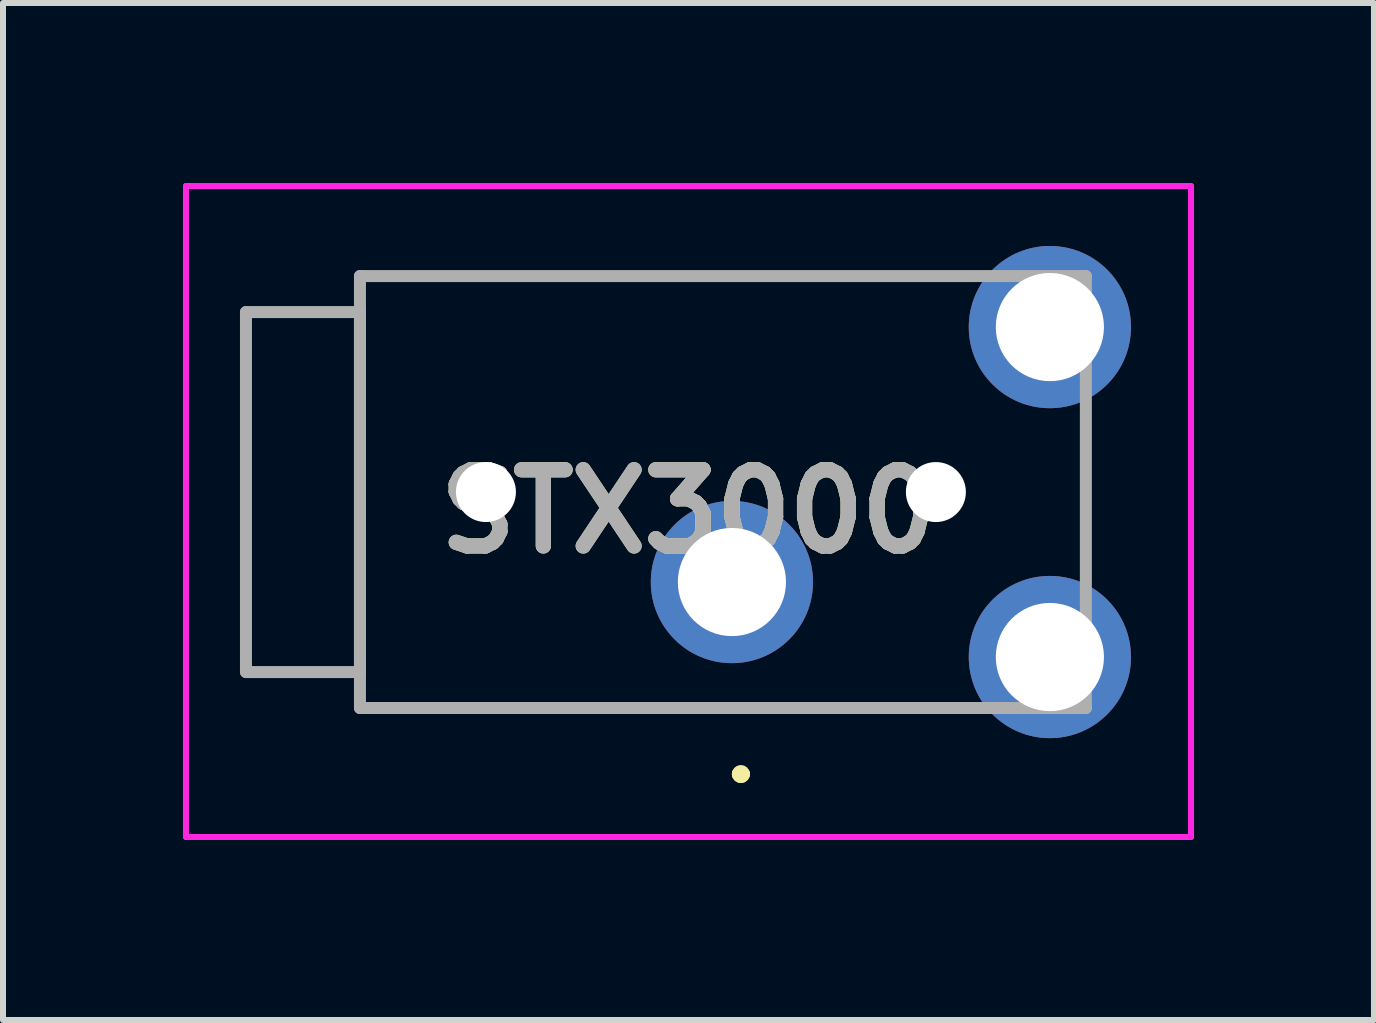
<source format=kicad_pcb>
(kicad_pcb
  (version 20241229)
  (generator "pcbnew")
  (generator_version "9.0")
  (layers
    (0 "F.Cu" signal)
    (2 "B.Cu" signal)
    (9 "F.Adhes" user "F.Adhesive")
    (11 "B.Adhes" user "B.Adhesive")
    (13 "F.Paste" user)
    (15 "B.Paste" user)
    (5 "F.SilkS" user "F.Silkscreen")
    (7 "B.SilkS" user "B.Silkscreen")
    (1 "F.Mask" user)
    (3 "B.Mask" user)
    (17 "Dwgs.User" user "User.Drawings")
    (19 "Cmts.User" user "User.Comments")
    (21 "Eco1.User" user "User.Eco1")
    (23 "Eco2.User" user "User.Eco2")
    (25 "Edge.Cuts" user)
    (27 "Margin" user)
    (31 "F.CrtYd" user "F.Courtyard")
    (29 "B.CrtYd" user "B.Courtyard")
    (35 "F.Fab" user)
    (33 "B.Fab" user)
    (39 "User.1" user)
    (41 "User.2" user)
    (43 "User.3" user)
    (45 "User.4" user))
  (footprint "STX3000"
    (layer "F.Cu")
    (at 9.15 6.652)
    (property "Reference" "STX3000" (at -0.724 -1.176 0) (layer "F.SilkS") (effects (font (size 1.27 1.27) (thickness 0.254))))
    (attr through_hole)
    (fp_line (start -8.1 -4.5) (end -8.1 1.5) (stroke (width 0.1) (type solid)) (layer "F.SilkS"))
    (fp_line (start -8.1 1.5) (end -6.2 1.5) (stroke (width 0.1) (type solid)) (layer "F.SilkS"))
    (fp_line (start -6.2 -5.1) (end -6.2 -5.1) (stroke (width 0.1) (type solid)) (layer "F.SilkS"))
    (fp_line (start -6.2 -5.1) (end -6.2 -5.1) (stroke (width 0.1) (type solid)) (layer "F.SilkS"))
    (fp_line (start -6.2 -5.1) (end -6.2 -4.5) (stroke (width 0.1) (type solid)) (layer "F.SilkS"))
    (fp_line (start -6.2 -5.1) (end 3.3 -5.1) (stroke (width 0.1) (type solid)) (layer "F.SilkS"))
    (fp_line (start -6.2 -4.5) (end -8.1 -4.5) (stroke (width 0.1) (type solid)) (layer "F.SilkS"))
    (fp_line (start -6.2 -4.5) (end -6.2 -5.1) (stroke (width 0.1) (type solid)) (layer "F.SilkS"))
    (fp_line (start -6.2 -4.5) (end -6.2 -4.5) (stroke (width 0.1) (type solid)) (layer "F.SilkS"))
    (fp_line (start -6.2 1.5) (end -6.2 -4.5) (stroke (width 0.1) (type solid)) (layer "F.SilkS"))
    (fp_line (start -6.2 1.5) (end -6.2 1.5) (stroke (width 0.1) (type solid)) (layer "F.SilkS"))
    (fp_line (start -6.2 1.5) (end -6.2 2.1) (stroke (width 0.1) (type solid)) (layer "F.SilkS"))
    (fp_line (start -6.2 2.1) (end -6.2 1.5) (stroke (width 0.1) (type solid)) (layer "F.SilkS"))
    (fp_line (start -6.2 2.1) (end -6.2 2.1) (stroke (width 0.1) (type solid)) (layer "F.SilkS"))
    (fp_line (start -6.2 2.1) (end -6.2 2.1) (stroke (width 0.1) (type solid)) (layer "F.SilkS"))
    (fp_line (start -6.2 2.1) (end 3.3 2.1) (stroke (width 0.1) (type solid)) (layer "F.SilkS"))
    (fp_line (start 0.1 3.2) (end 0.1 3.2) (stroke (width 0.2) (type solid)) (layer "F.SilkS"))
    (fp_line (start 0.1 3.2) (end 0.1 3.2) (stroke (width 0.2) (type solid)) (layer "F.SilkS"))
    (fp_line (start 0.2 3.2) (end 0.2 3.2) (stroke (width 0.2) (type solid)) (layer "F.SilkS"))
    (fp_line (start 3.3 -5.1) (end -6.2 -5.1) (stroke (width 0.1) (type solid)) (layer "F.SilkS"))
    (fp_line (start 3.3 -5.1) (end 3.3 -5.1) (stroke (width 0.1) (type solid)) (layer "F.SilkS"))
    (fp_line (start 3.3 2.1) (end -6.2 2.1) (stroke (width 0.1) (type solid)) (layer "F.SilkS"))
    (fp_line (start 3.3 2.1) (end 3.3 2.1) (stroke (width 0.1) (type solid)) (layer "F.SilkS"))
    (fp_arc (start 0.1 3.2) (mid 0.15 3.15) (end 0.2 3.2) (stroke (width 0.2) (type solid)) (layer "F.SilkS"))
    (fp_arc (start 0.2 3.2) (mid 0.15 3.25) (end 0.1 3.2) (stroke (width 0.2) (type solid)) (layer "F.SilkS"))
    (fp_arc (start 0.2 3.2) (mid 0.15 3.25) (end 0.1 3.2) (stroke (width 0.2) (type solid)) (layer "F.SilkS"))
    (fp_line (start -9.1 -6.602) (end -9.1 4.25) (stroke (width 0.1) (type solid)) (layer "F.CrtYd"))
    (fp_line (start -9.1 4.25) (end 7.652 4.25) (stroke (width 0.1) (type solid)) (layer "F.CrtYd"))
    (fp_line (start 7.652 -6.602) (end -9.1 -6.602) (stroke (width 0.1) (type solid)) (layer "F.CrtYd"))
    (fp_line (start 7.652 4.25) (end 7.652 -6.602) (stroke (width 0.1) (type solid)) (layer "F.CrtYd"))
    (fp_line (start -8.1 -4.5) (end -8.1 1.5) (stroke (width 0.2) (type solid)) (layer "F.Fab"))
    (fp_line (start -8.1 1.5) (end -6.2 1.5) (stroke (width 0.2) (type solid)) (layer "F.Fab"))
    (fp_line (start -6.2 -5.1) (end 5.9 -5.1) (stroke (width 0.2) (type solid)) (layer "F.Fab"))
    (fp_line (start -6.2 -4.5) (end -8.1 -4.5) (stroke (width 0.2) (type solid)) (layer "F.Fab"))
    (fp_line (start -6.2 1.5) (end -6.2 -4.5) (stroke (width 0.2) (type solid)) (layer "F.Fab"))
    (fp_line (start -6.2 2.1) (end -6.2 -5.1) (stroke (width 0.2) (type solid)) (layer "F.Fab"))
    (fp_line (start 5.9 -5.1) (end 5.9 2.1) (stroke (width 0.2) (type solid)) (layer "F.Fab"))
    (fp_line (start 5.9 2.1) (end -6.2 2.1) (stroke (width 0.2) (type solid)) (layer "F.Fab"))
    (fp_text user "${REFERENCE}" (at -0.724 -1.176 0) (layer "F.Fab") (effects (font (size 1.27 1.27) (thickness 0.254))))
    (pad "" np_thru_hole circle (at -4.1 -1.5) (size 1 1) (drill 1) (layers "*.Cu" "*.Mask"))
    (pad "" np_thru_hole circle (at 3.4 -1.5) (size 1 1) (drill 1) (layers "*.Cu" "*.Mask"))
    (pad "R" thru_hole circle (at 5.3 -4.25) (size 2.704 2.704) (drill 1.803) (layers "*.Cu" "*.Mask"))
    (pad "S" thru_hole circle (at 0 0) (size 2.704 2.704) (drill 1.803) (layers "*.Cu" "*.Mask"))
    (pad "T" thru_hole circle (at 5.3 1.25) (size 2.704 2.704) (drill 1.803) (layers "*.Cu" "*.Mask")))
  (gr_rect
    (start -3 -3)
    (end 19.852 13.952)
    (stroke (width 0.1) (type default))
    (fill no)
    (layer "Edge.Cuts")))
</source>
